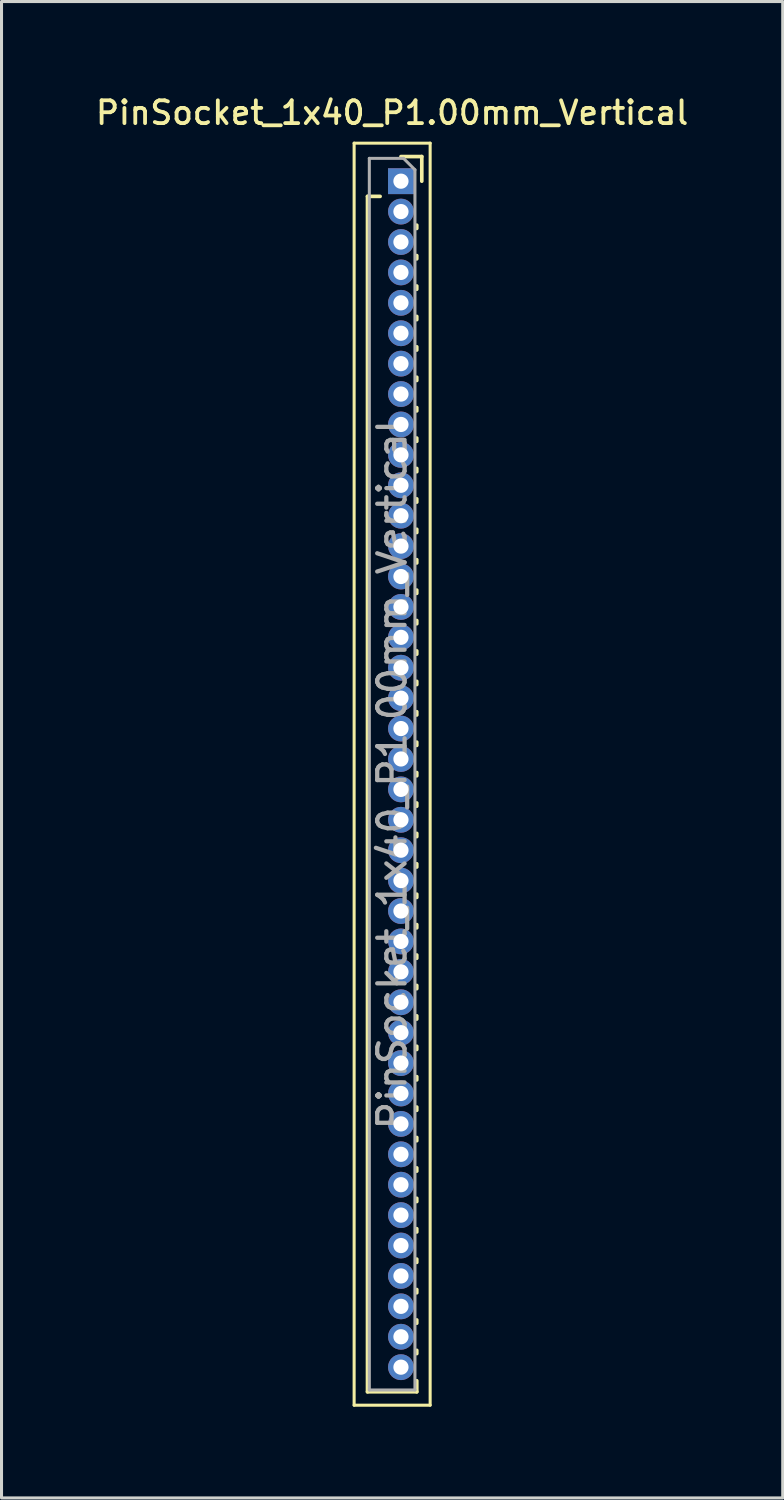
<source format=kicad_pcb>
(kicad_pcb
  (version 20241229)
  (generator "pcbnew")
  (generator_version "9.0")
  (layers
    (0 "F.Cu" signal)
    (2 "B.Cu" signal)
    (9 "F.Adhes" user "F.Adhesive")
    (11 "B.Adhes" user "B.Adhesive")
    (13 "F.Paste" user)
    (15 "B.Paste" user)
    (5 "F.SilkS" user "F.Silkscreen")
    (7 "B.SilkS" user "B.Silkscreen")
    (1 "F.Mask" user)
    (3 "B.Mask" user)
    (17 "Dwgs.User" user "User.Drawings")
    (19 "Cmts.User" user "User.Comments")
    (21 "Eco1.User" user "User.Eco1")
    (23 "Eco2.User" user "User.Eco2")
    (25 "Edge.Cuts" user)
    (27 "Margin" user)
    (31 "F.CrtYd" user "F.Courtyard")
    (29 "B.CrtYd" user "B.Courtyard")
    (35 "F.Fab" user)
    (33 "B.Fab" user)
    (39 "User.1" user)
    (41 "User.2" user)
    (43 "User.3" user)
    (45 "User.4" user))
  (footprint "PinSocket_1x40_P1.00mm_Vertical"
    (layer "F.Cu")
    (at 10.135 2.908)
    (property "Reference" "PinSocket_1x40_P1.00mm_Vertical" (at -0.29 -2.25 0) (layer "F.SilkS") (effects (font (size 0.75 0.75) (thickness 0.125))))
    (attr through_hole)
    (fp_line (start -1.54 -1.25) (end 0.96 -1.25) (stroke (width 0.1) (type solid)) (layer "F.SilkS"))
    (fp_line (start -1.54 40.25) (end -1.54 -1.25) (stroke (width 0.1) (type solid)) (layer "F.SilkS"))
    (fp_line (start -1.1 0.5) (end -1.1 39.81) (stroke (width 0.12) (type solid)) (layer "F.SilkS"))
    (fp_line (start -1.1 0.5) (end -0.685 0.5) (stroke (width 0.12) (type solid)) (layer "F.SilkS"))
    (fp_line (start -1.1 39.81) (end 0.52 39.81) (stroke (width 0.12) (type solid)) (layer "F.SilkS"))
    (fp_line (start 0 -0.81) (end 0.685 -0.81) (stroke (width 0.12) (type solid)) (layer "F.SilkS"))
    (fp_line (start 0.52 1.446) (end 0.52 1.554) (stroke (width 0.12) (type solid)) (layer "F.SilkS"))
    (fp_line (start 0.52 2.446) (end 0.52 2.554) (stroke (width 0.12) (type solid)) (layer "F.SilkS"))
    (fp_line (start 0.52 3.446) (end 0.52 3.554) (stroke (width 0.12) (type solid)) (layer "F.SilkS"))
    (fp_line (start 0.52 4.446) (end 0.52 4.554) (stroke (width 0.12) (type solid)) (layer "F.SilkS"))
    (fp_line (start 0.52 5.446) (end 0.52 5.554) (stroke (width 0.12) (type solid)) (layer "F.SilkS"))
    (fp_line (start 0.52 6.446) (end 0.52 6.554) (stroke (width 0.12) (type solid)) (layer "F.SilkS"))
    (fp_line (start 0.52 7.446) (end 0.52 7.554) (stroke (width 0.12) (type solid)) (layer "F.SilkS"))
    (fp_line (start 0.52 8.446) (end 0.52 8.554) (stroke (width 0.12) (type solid)) (layer "F.SilkS"))
    (fp_line (start 0.52 9.446) (end 0.52 9.554) (stroke (width 0.12) (type solid)) (layer "F.SilkS"))
    (fp_line (start 0.52 10.446) (end 0.52 10.554) (stroke (width 0.12) (type solid)) (layer "F.SilkS"))
    (fp_line (start 0.52 11.446) (end 0.52 11.554) (stroke (width 0.12) (type solid)) (layer "F.SilkS"))
    (fp_line (start 0.52 12.446) (end 0.52 12.554) (stroke (width 0.12) (type solid)) (layer "F.SilkS"))
    (fp_line (start 0.52 13.446) (end 0.52 13.554) (stroke (width 0.12) (type solid)) (layer "F.SilkS"))
    (fp_line (start 0.52 14.446) (end 0.52 14.554) (stroke (width 0.12) (type solid)) (layer "F.SilkS"))
    (fp_line (start 0.52 15.446) (end 0.52 15.554) (stroke (width 0.12) (type solid)) (layer "F.SilkS"))
    (fp_line (start 0.52 16.446) (end 0.52 16.554) (stroke (width 0.12) (type solid)) (layer "F.SilkS"))
    (fp_line (start 0.52 17.446) (end 0.52 17.554) (stroke (width 0.12) (type solid)) (layer "F.SilkS"))
    (fp_line (start 0.52 18.446) (end 0.52 18.554) (stroke (width 0.12) (type solid)) (layer "F.SilkS"))
    (fp_line (start 0.52 19.446) (end 0.52 19.554) (stroke (width 0.12) (type solid)) (layer "F.SilkS"))
    (fp_line (start 0.52 20.446) (end 0.52 20.554) (stroke (width 0.12) (type solid)) (layer "F.SilkS"))
    (fp_line (start 0.52 21.446) (end 0.52 21.554) (stroke (width 0.12) (type solid)) (layer "F.SilkS"))
    (fp_line (start 0.52 22.446) (end 0.52 22.554) (stroke (width 0.12) (type solid)) (layer "F.SilkS"))
    (fp_line (start 0.52 23.446) (end 0.52 23.554) (stroke (width 0.12) (type solid)) (layer "F.SilkS"))
    (fp_line (start 0.52 24.446) (end 0.52 24.554) (stroke (width 0.12) (type solid)) (layer "F.SilkS"))
    (fp_line (start 0.52 25.446) (end 0.52 25.554) (stroke (width 0.12) (type solid)) (layer "F.SilkS"))
    (fp_line (start 0.52 26.446) (end 0.52 26.554) (stroke (width 0.12) (type solid)) (layer "F.SilkS"))
    (fp_line (start 0.52 27.446) (end 0.52 27.554) (stroke (width 0.12) (type solid)) (layer "F.SilkS"))
    (fp_line (start 0.52 28.446) (end 0.52 28.554) (stroke (width 0.12) (type solid)) (layer "F.SilkS"))
    (fp_line (start 0.52 29.446) (end 0.52 29.554) (stroke (width 0.12) (type solid)) (layer "F.SilkS"))
    (fp_line (start 0.52 30.446) (end 0.52 30.554) (stroke (width 0.12) (type solid)) (layer "F.SilkS"))
    (fp_line (start 0.52 31.446) (end 0.52 31.554) (stroke (width 0.12) (type solid)) (layer "F.SilkS"))
    (fp_line (start 0.52 32.446) (end 0.52 32.554) (stroke (width 0.12) (type solid)) (layer "F.SilkS"))
    (fp_line (start 0.52 33.446) (end 0.52 33.554) (stroke (width 0.12) (type solid)) (layer "F.SilkS"))
    (fp_line (start 0.52 34.446) (end 0.52 34.554) (stroke (width 0.12) (type solid)) (layer "F.SilkS"))
    (fp_line (start 0.52 35.446) (end 0.52 35.554) (stroke (width 0.12) (type solid)) (layer "F.SilkS"))
    (fp_line (start 0.52 36.446) (end 0.52 36.554) (stroke (width 0.12) (type solid)) (layer "F.SilkS"))
    (fp_line (start 0.52 37.446) (end 0.52 37.554) (stroke (width 0.12) (type solid)) (layer "F.SilkS"))
    (fp_line (start 0.52 38.446) (end 0.52 38.554) (stroke (width 0.12) (type solid)) (layer "F.SilkS"))
    (fp_line (start 0.52 39.446) (end 0.52 39.81) (stroke (width 0.12) (type solid)) (layer "F.SilkS"))
    (fp_line (start 0.685 -0.81) (end 0.685 0) (stroke (width 0.12) (type solid)) (layer "F.SilkS"))
    (fp_line (start 0.96 -1.25) (end 0.96 40.25) (stroke (width 0.1) (type solid)) (layer "F.SilkS"))
    (fp_line (start 0.96 40.25) (end -1.54 40.25) (stroke (width 0.1) (type solid)) (layer "F.SilkS"))
    (fp_line (start -1.04 -0.75) (end 0.085 -0.75) (stroke (width 0.1) (type solid)) (layer "F.Fab"))
    (fp_line (start -1.04 39.75) (end -1.04 -0.75) (stroke (width 0.1) (type solid)) (layer "F.Fab"))
    (fp_line (start 0.085 -0.75) (end 0.46 -0.375) (stroke (width 0.1) (type solid)) (layer "F.Fab"))
    (fp_line (start 0.46 -0.375) (end 0.46 39.75) (stroke (width 0.1) (type solid)) (layer "F.Fab"))
    (fp_line (start 0.46 39.75) (end -1.04 39.75) (stroke (width 0.1) (type solid)) (layer "F.Fab"))
    (fp_text user "${REFERENCE}" (at -0.29 19.5 90) (layer "F.Fab") (effects (font (size 0.9 0.9) (thickness 0.14))))
    (pad "1" thru_hole rect (at 0 0) (size 0.85 0.85) (drill 0.5) (layers "*.Cu" "*.Mask"))
    (pad "2" thru_hole oval (at 0 1) (size 0.85 0.85) (drill 0.5) (layers "*.Cu" "*.Mask"))
    (pad "3" thru_hole oval (at 0 2) (size 0.85 0.85) (drill 0.5) (layers "*.Cu" "*.Mask"))
    (pad "4" thru_hole oval (at 0 3) (size 0.85 0.85) (drill 0.5) (layers "*.Cu" "*.Mask"))
    (pad "5" thru_hole oval (at 0 4) (size 0.85 0.85) (drill 0.5) (layers "*.Cu" "*.Mask"))
    (pad "6" thru_hole oval (at 0 5) (size 0.85 0.85) (drill 0.5) (layers "*.Cu" "*.Mask"))
    (pad "7" thru_hole oval (at 0 6) (size 0.85 0.85) (drill 0.5) (layers "*.Cu" "*.Mask"))
    (pad "8" thru_hole oval (at 0 7) (size 0.85 0.85) (drill 0.5) (layers "*.Cu" "*.Mask"))
    (pad "9" thru_hole oval (at 0 8) (size 0.85 0.85) (drill 0.5) (layers "*.Cu" "*.Mask"))
    (pad "10" thru_hole oval (at 0 9) (size 0.85 0.85) (drill 0.5) (layers "*.Cu" "*.Mask"))
    (pad "11" thru_hole oval (at 0 10) (size 0.85 0.85) (drill 0.5) (layers "*.Cu" "*.Mask"))
    (pad "12" thru_hole oval (at 0 11) (size 0.85 0.85) (drill 0.5) (layers "*.Cu" "*.Mask"))
    (pad "13" thru_hole oval (at 0 12) (size 0.85 0.85) (drill 0.5) (layers "*.Cu" "*.Mask"))
    (pad "14" thru_hole oval (at 0 13) (size 0.85 0.85) (drill 0.5) (layers "*.Cu" "*.Mask"))
    (pad "15" thru_hole oval (at 0 14) (size 0.85 0.85) (drill 0.5) (layers "*.Cu" "*.Mask"))
    (pad "16" thru_hole oval (at 0 15) (size 0.85 0.85) (drill 0.5) (layers "*.Cu" "*.Mask"))
    (pad "17" thru_hole oval (at 0 16) (size 0.85 0.85) (drill 0.5) (layers "*.Cu" "*.Mask"))
    (pad "18" thru_hole oval (at 0 17) (size 0.85 0.85) (drill 0.5) (layers "*.Cu" "*.Mask"))
    (pad "19" thru_hole oval (at 0 18) (size 0.85 0.85) (drill 0.5) (layers "*.Cu" "*.Mask"))
    (pad "20" thru_hole oval (at 0 19) (size 0.85 0.85) (drill 0.5) (layers "*.Cu" "*.Mask"))
    (pad "21" thru_hole oval (at 0 20) (size 0.85 0.85) (drill 0.5) (layers "*.Cu" "*.Mask"))
    (pad "22" thru_hole oval (at 0 21) (size 0.85 0.85) (drill 0.5) (layers "*.Cu" "*.Mask"))
    (pad "23" thru_hole oval (at 0 22) (size 0.85 0.85) (drill 0.5) (layers "*.Cu" "*.Mask"))
    (pad "24" thru_hole oval (at 0 23) (size 0.85 0.85) (drill 0.5) (layers "*.Cu" "*.Mask"))
    (pad "25" thru_hole oval (at 0 24) (size 0.85 0.85) (drill 0.5) (layers "*.Cu" "*.Mask"))
    (pad "26" thru_hole oval (at 0 25) (size 0.85 0.85) (drill 0.5) (layers "*.Cu" "*.Mask"))
    (pad "27" thru_hole oval (at 0 26) (size 0.85 0.85) (drill 0.5) (layers "*.Cu" "*.Mask"))
    (pad "28" thru_hole oval (at 0 27) (size 0.85 0.85) (drill 0.5) (layers "*.Cu" "*.Mask"))
    (pad "29" thru_hole oval (at 0 28) (size 0.85 0.85) (drill 0.5) (layers "*.Cu" "*.Mask"))
    (pad "30" thru_hole oval (at 0 29) (size 0.85 0.85) (drill 0.5) (layers "*.Cu" "*.Mask"))
    (pad "31" thru_hole oval (at 0 30) (size 0.85 0.85) (drill 0.5) (layers "*.Cu" "*.Mask"))
    (pad "32" thru_hole oval (at 0 31) (size 0.85 0.85) (drill 0.5) (layers "*.Cu" "*.Mask"))
    (pad "33" thru_hole oval (at 0 32) (size 0.85 0.85) (drill 0.5) (layers "*.Cu" "*.Mask"))
    (pad "34" thru_hole oval (at 0 33) (size 0.85 0.85) (drill 0.5) (layers "*.Cu" "*.Mask"))
    (pad "35" thru_hole oval (at 0 34) (size 0.85 0.85) (drill 0.5) (layers "*.Cu" "*.Mask"))
    (pad "36" thru_hole oval (at 0 35) (size 0.85 0.85) (drill 0.5) (layers "*.Cu" "*.Mask"))
    (pad "37" thru_hole oval (at 0 36) (size 0.85 0.85) (drill 0.5) (layers "*.Cu" "*.Mask"))
    (pad "38" thru_hole oval (at 0 37) (size 0.85 0.85) (drill 0.5) (layers "*.Cu" "*.Mask"))
    (pad "39" thru_hole oval (at 0 38) (size 0.85 0.85) (drill 0.5) (layers "*.Cu" "*.Mask"))
    (pad "40" thru_hole oval (at 0 39) (size 0.85 0.85) (drill 0.5) (layers "*.Cu" "*.Mask")))
  (gr_rect
    (start -3 -3)
    (end 22.689 46.208)
    (stroke (width 0.1) (type default))
    (fill no)
    (layer "Edge.Cuts")))
</source>
